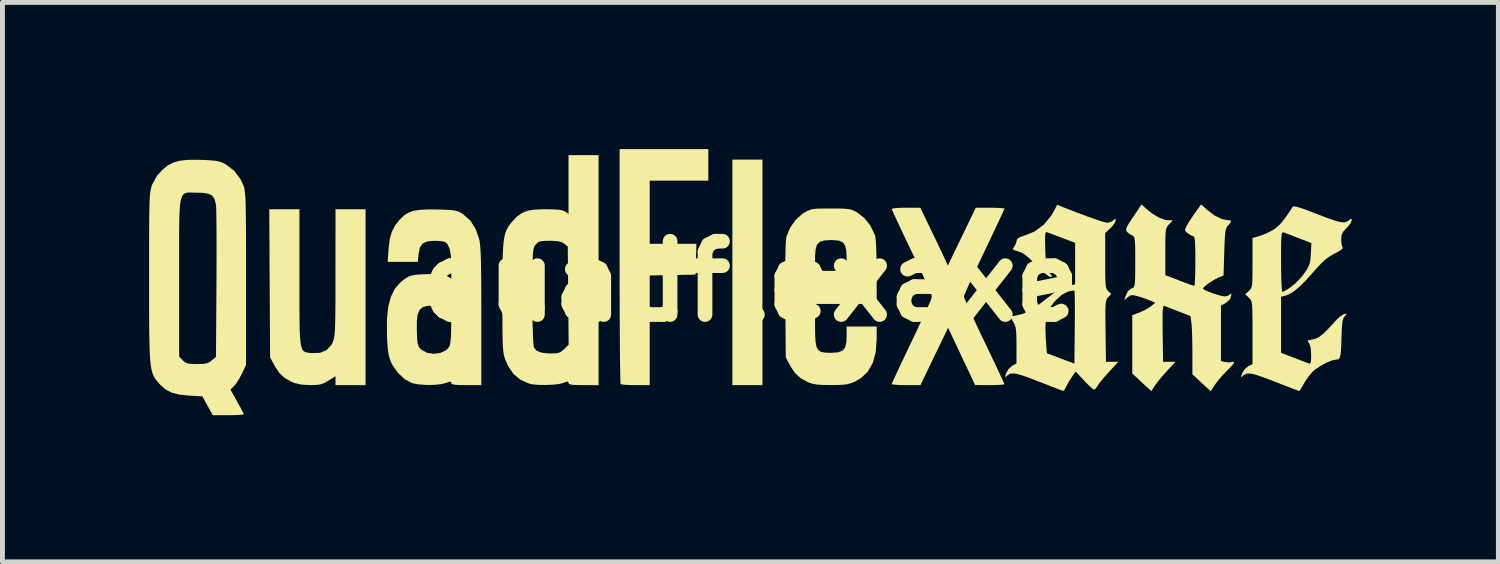
<source format=kicad_pcb>
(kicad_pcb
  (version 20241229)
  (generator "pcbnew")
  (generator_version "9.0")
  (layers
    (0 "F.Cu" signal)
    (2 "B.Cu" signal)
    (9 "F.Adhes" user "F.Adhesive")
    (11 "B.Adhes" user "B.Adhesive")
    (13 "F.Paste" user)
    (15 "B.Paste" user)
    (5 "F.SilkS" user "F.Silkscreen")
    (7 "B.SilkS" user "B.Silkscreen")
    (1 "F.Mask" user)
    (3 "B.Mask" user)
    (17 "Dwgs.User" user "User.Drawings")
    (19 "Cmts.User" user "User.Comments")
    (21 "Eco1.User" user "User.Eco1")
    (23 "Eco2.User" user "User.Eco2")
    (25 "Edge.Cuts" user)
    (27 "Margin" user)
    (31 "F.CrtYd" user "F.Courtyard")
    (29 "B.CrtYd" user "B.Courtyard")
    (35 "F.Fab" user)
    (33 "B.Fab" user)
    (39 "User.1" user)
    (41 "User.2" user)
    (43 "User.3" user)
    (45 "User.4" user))
  (footprint "quadflexaxe"
    (layer "F.Cu")
    (at 12.3 2.706)
    (property "Reference" "quadflexaxe" (at 0 0 0) (layer "F.SilkS") (effects (font (size 1.5 1.5) (thickness 0.3))))
    (attr board_only exclude_from_pos_files exclude_from_bom)
    (fp_poly (pts (xy 0.246 -0.185) (xy 0.246 2.122) (xy -0.062 2.122) (xy -0.369 2.122) (xy -0.369 -0.185) (xy -0.369 -2.491) (xy -0.062 -2.491) (xy 0.246 -2.491)) (stroke (width 0) (type solid)) (fill yes) (layer "F.SilkS"))
    (fp_poly (pts (xy -0.861 -2.383) (xy -0.861 -2.06) (xy -1.461 -2.06) (xy -2.06 -2.06) (xy -2.06 -1.415) (xy -2.06 -0.769) (xy -1.583 -0.769) (xy -1.105 -0.769) (xy -1.114 -0.454) (xy -1.122 -0.138) (xy -1.591 -0.13) (xy -2.06 -0.121) (xy -2.06 1) (xy -2.06 2.122) (xy -2.347 2.122) (xy -2.475 2.12) (xy -2.578 2.114) (xy -2.642 2.106) (xy -2.655 2.101) (xy -2.658 2.068) (xy -2.661 1.978) (xy -2.664 1.836) (xy -2.667 1.646) (xy -2.669 1.414) (xy -2.671 1.144) (xy -2.673 0.841) (xy -2.674 0.51) (xy -2.675 0.154) (xy -2.675 -0.22) (xy -2.675 -0.313) (xy -2.675 -2.706) (xy -1.768 -2.706) (xy -0.861 -2.706)) (stroke (width 0) (type solid)) (fill yes) (layer "F.SilkS"))
    (fp_poly (pts (xy -9.225 -0.08) (xy -9.225 0.264) (xy -9.225 0.553) (xy -9.223 0.79) (xy -9.22 0.981) (xy -9.213 1.131) (xy -9.203 1.245) (xy -9.189 1.328) (xy -9.169 1.386) (xy -9.142 1.423) (xy -9.109 1.445) (xy -9.068 1.456) (xy -9.019 1.463) (xy -8.977 1.467) (xy -8.808 1.462) (xy -8.674 1.408) (xy -8.575 1.304) (xy -8.548 1.254) (xy -8.534 1.219) (xy -8.522 1.18) (xy -8.512 1.13) (xy -8.504 1.065) (xy -8.498 0.977) (xy -8.494 0.861) (xy -8.491 0.711) (xy -8.489 0.521) (xy -8.488 0.285) (xy -8.488 -0.004) (xy -8.488 -0.177) (xy -8.487 -1.476) (xy -8.18 -1.476) (xy -7.872 -1.476) (xy -7.872 0.323) (xy -7.872 2.122) (xy -8.18 2.122) (xy -8.487 2.122) (xy -8.487 2.03) (xy -8.487 1.939) (xy -8.632 2.03) (xy -8.716 2.079) (xy -8.791 2.106) (xy -8.882 2.119) (xy -9.008 2.121) (xy -9.181 2.112) (xy -9.316 2.082) (xy -9.379 2.058) (xy -9.522 1.979) (xy -9.629 1.882) (xy -9.721 1.747) (xy -9.743 1.707) (xy -9.825 1.553) (xy -9.834 0.038) (xy -9.842 -1.476) (xy -9.534 -1.476) (xy -9.225 -1.476)) (stroke (width 0) (type solid)) (fill yes) (layer "F.SilkS"))
    (fp_poly (pts (xy 3.709 -1.022) (xy 3.789 -0.856) (xy 3.863 -0.701) (xy 3.926 -0.569) (xy 3.971 -0.472) (xy 3.99 -0.431) (xy 4.038 -0.323) (xy 4.324 -0.915) (xy 4.61 -1.507) (xy 4.903 -1.507) (xy 5.029 -1.505) (xy 5.128 -1.5) (xy 5.187 -1.493) (xy 5.197 -1.488) (xy 5.184 -1.456) (xy 5.148 -1.376) (xy 5.091 -1.254) (xy 5.017 -1.098) (xy 4.93 -0.913) (xy 4.832 -0.707) (xy 4.782 -0.602) (xy 4.679 -0.387) (xy 4.586 -0.189) (xy 4.505 -0.013) (xy 4.44 0.131) (xy 4.394 0.237) (xy 4.369 0.299) (xy 4.367 0.31) (xy 4.379 0.348) (xy 4.416 0.435) (xy 4.473 0.563) (xy 4.547 0.724) (xy 4.635 0.913) (xy 4.734 1.121) (xy 4.782 1.221) (xy 4.884 1.435) (xy 4.977 1.63) (xy 5.058 1.801) (xy 5.123 1.94) (xy 5.169 2.04) (xy 5.194 2.095) (xy 5.197 2.104) (xy 5.168 2.111) (xy 5.091 2.117) (xy 4.979 2.121) (xy 4.897 2.122) (xy 4.597 2.121) (xy 4.32 1.535) (xy 4.044 0.948) (xy 3.761 1.535) (xy 3.478 2.122) (xy 3.184 2.122) (xy 3.058 2.12) (xy 2.959 2.114) (xy 2.901 2.106) (xy 2.891 2.1) (xy 2.903 2.068) (xy 2.94 1.987) (xy 2.996 1.865) (xy 3.07 1.707) (xy 3.158 1.522) (xy 3.256 1.316) (xy 3.306 1.212) (xy 3.408 0.997) (xy 3.501 0.799) (xy 3.582 0.626) (xy 3.647 0.483) (xy 3.694 0.378) (xy 3.718 0.319) (xy 3.721 0.309) (xy 3.708 0.272) (xy 3.671 0.188) (xy 3.615 0.062) (xy 3.541 -0.098) (xy 3.453 -0.285) (xy 3.354 -0.492) (xy 3.306 -0.593) (xy 3.203 -0.807) (xy 3.11 -1.003) (xy 3.029 -1.175) (xy 2.964 -1.315) (xy 2.918 -1.417) (xy 2.893 -1.473) (xy 2.891 -1.482) (xy 2.919 -1.493) (xy 2.996 -1.501) (xy 3.107 -1.506) (xy 3.183 -1.507) (xy 3.476 -1.507)) (stroke (width 0) (type solid)) (fill yes) (layer "F.SilkS"))
    (fp_poly (pts (xy 1.81 -1.491) (xy 1.928 -1.487) (xy 2.012 -1.479) (xy 2.075 -1.463) (xy 2.133 -1.438) (xy 2.193 -1.404) (xy 2.335 -1.291) (xy 2.456 -1.137) (xy 2.54 -0.963) (xy 2.553 -0.924) (xy 2.562 -0.86) (xy 2.57 -0.746) (xy 2.576 -0.594) (xy 2.581 -0.413) (xy 2.583 -0.216) (xy 2.583 -0.177) (xy 2.583 0.461) (xy 1.953 0.461) (xy 1.322 0.461) (xy 1.322 0.888) (xy 1.324 1.089) (xy 1.332 1.236) (xy 1.352 1.339) (xy 1.387 1.404) (xy 1.443 1.441) (xy 1.524 1.457) (xy 1.634 1.461) (xy 1.645 1.461) (xy 1.787 1.452) (xy 1.882 1.418) (xy 1.937 1.352) (xy 1.963 1.242) (xy 1.968 1.119) (xy 1.968 0.923) (xy 2.276 0.923) (xy 2.583 0.923) (xy 2.583 1.18) (xy 2.564 1.446) (xy 2.504 1.666) (xy 2.404 1.843) (xy 2.261 1.978) (xy 2.139 2.049) (xy 2.059 2.082) (xy 1.98 2.103) (xy 1.885 2.115) (xy 1.757 2.12) (xy 1.645 2.121) (xy 1.479 2.118) (xy 1.358 2.11) (xy 1.266 2.093) (xy 1.187 2.066) (xy 1.169 2.058) (xy 1.026 1.979) (xy 0.918 1.882) (xy 0.826 1.747) (xy 0.804 1.707) (xy 0.723 1.553) (xy 0.714 0.377) (xy 0.712 0.051) (xy 0.712 -0.215) (xy 1.322 -0.215) (xy 1.645 -0.215) (xy 1.968 -0.215) (xy 1.968 -0.458) (xy 1.962 -0.619) (xy 1.939 -0.729) (xy 1.892 -0.797) (xy 1.812 -0.833) (xy 1.691 -0.845) (xy 1.645 -0.845) (xy 1.51 -0.838) (xy 1.419 -0.81) (xy 1.362 -0.753) (xy 1.333 -0.657) (xy 1.323 -0.513) (xy 1.322 -0.458) (xy 1.322 -0.215) (xy 0.712 -0.215) (xy 0.712 -0.235) (xy 0.715 -0.477) (xy 0.719 -0.671) (xy 0.725 -0.813) (xy 0.733 -0.898) (xy 0.736 -0.915) (xy 0.81 -1.094) (xy 0.924 -1.257) (xy 1.064 -1.383) (xy 1.097 -1.404) (xy 1.161 -1.44) (xy 1.218 -1.464) (xy 1.283 -1.48) (xy 1.368 -1.488) (xy 1.488 -1.491) (xy 1.645 -1.491)) (stroke (width 0) (type solid)) (fill yes) (layer "F.SilkS"))
    (fp_poly (pts (xy -3.106 -0.231) (xy -3.106 2.122) (xy -3.413 2.122) (xy -3.558 2.12) (xy -3.65 2.114) (xy -3.701 2.103) (xy -3.72 2.084) (xy -3.721 2.077) (xy -3.728 2.051) (xy -3.76 2.052) (xy -3.827 2.077) (xy -3.915 2.099) (xy -4.042 2.113) (xy -4.189 2.119) (xy -4.335 2.117) (xy -4.459 2.106) (xy -4.521 2.093) (xy -4.702 2.014) (xy -4.846 1.894) (xy -4.958 1.728) (xy -5.015 1.601) (xy -5.03 1.556) (xy -5.043 1.507) (xy -5.053 1.447) (xy -5.06 1.37) (xy -5.066 1.268) (xy -5.07 1.136) (xy -5.072 0.966) (xy -5.073 0.751) (xy -5.074 0.485) (xy -5.074 0.328) (xy -5.074 0.314) (xy -4.459 0.314) (xy -4.458 0.625) (xy -4.455 0.885) (xy -4.449 1.09) (xy -4.442 1.239) (xy -4.433 1.33) (xy -4.426 1.357) (xy -4.374 1.417) (xy -4.288 1.454) (xy -4.158 1.472) (xy -4.08 1.474) (xy -3.972 1.471) (xy -3.901 1.455) (xy -3.844 1.417) (xy -3.809 1.385) (xy -3.718 1.294) (xy -3.727 0.291) (xy -3.736 -0.713) (xy -3.809 -0.772) (xy -3.866 -0.805) (xy -3.944 -0.823) (xy -4.062 -0.83) (xy -4.106 -0.83) (xy -4.225 -0.828) (xy -4.3 -0.819) (xy -4.348 -0.798) (xy -4.386 -0.76) (xy -4.395 -0.749) (xy -4.413 -0.725) (xy -4.427 -0.696) (xy -4.438 -0.656) (xy -4.446 -0.599) (xy -4.451 -0.517) (xy -4.455 -0.403) (xy -4.457 -0.252) (xy -4.458 -0.055) (xy -4.459 0.193) (xy -4.459 0.314) (xy -5.074 0.314) (xy -5.073 0.007) (xy -5.072 -0.259) (xy -5.068 -0.476) (xy -5.061 -0.651) (xy -5.05 -0.791) (xy -5.034 -0.902) (xy -5.013 -0.989) (xy -4.985 -1.061) (xy -4.95 -1.123) (xy -4.907 -1.181) (xy -4.871 -1.225) (xy -4.773 -1.328) (xy -4.675 -1.399) (xy -4.562 -1.444) (xy -4.421 -1.468) (xy -4.236 -1.476) (xy -4.19 -1.476) (xy -4.024 -1.473) (xy -3.909 -1.465) (xy -3.832 -1.449) (xy -3.789 -1.428) (xy -3.721 -1.38) (xy -3.721 -1.982) (xy -3.721 -2.583) (xy -3.413 -2.583) (xy -3.106 -2.583)) (stroke (width 0) (type solid)) (fill yes) (layer "F.SilkS"))
    (fp_poly (pts (xy -6.406 -1.471) (xy -6.24 -1.466) (xy -6.122 -1.459) (xy -6.04 -1.448) (xy -5.978 -1.431) (xy -5.925 -1.405) (xy -5.879 -1.376) (xy -5.73 -1.245) (xy -5.62 -1.071) (xy -5.552 -0.878) (xy -5.54 -0.824) (xy -5.531 -0.757) (xy -5.523 -0.67) (xy -5.517 -0.558) (xy -5.512 -0.415) (xy -5.509 -0.236) (xy -5.506 -0.014) (xy -5.505 0.255) (xy -5.504 0.578) (xy -5.504 0.714) (xy -5.504 2.122) (xy -5.812 2.122) (xy -5.956 2.12) (xy -6.049 2.114) (xy -6.1 2.103) (xy -6.119 2.084) (xy -6.119 2.077) (xy -6.127 2.051) (xy -6.159 2.052) (xy -6.226 2.077) (xy -6.33 2.103) (xy -6.473 2.117) (xy -6.631 2.118) (xy -6.784 2.107) (xy -6.909 2.084) (xy -6.931 2.077) (xy -7.072 1.999) (xy -7.205 1.877) (xy -7.314 1.725) (xy -7.353 1.648) (xy -7.382 1.569) (xy -7.404 1.483) (xy -7.418 1.375) (xy -7.429 1.232) (xy -7.435 1.076) (xy -7.435 0.995) (xy -6.824 0.995) (xy -6.822 1.047) (xy -6.816 1.182) (xy -6.806 1.27) (xy -6.789 1.327) (xy -6.761 1.368) (xy -6.725 1.402) (xy -6.615 1.46) (xy -6.48 1.481) (xy -6.344 1.464) (xy -6.23 1.41) (xy -6.221 1.402) (xy -6.178 1.36) (xy -6.151 1.313) (xy -6.136 1.245) (xy -6.127 1.139) (xy -6.124 1.079) (xy -6.12 0.872) (xy -6.133 0.719) (xy -6.167 0.612) (xy -6.227 0.543) (xy -6.316 0.506) (xy -6.438 0.492) (xy -6.473 0.492) (xy -6.605 0.5) (xy -6.702 0.527) (xy -6.767 0.583) (xy -6.806 0.675) (xy -6.823 0.81) (xy -6.824 0.995) (xy -7.435 0.995) (xy -7.435 0.777) (xy -7.41 0.529) (xy -7.358 0.325) (xy -7.279 0.16) (xy -7.168 0.027) (xy -7.06 -0.058) (xy -6.999 -0.095) (xy -6.937 -0.119) (xy -6.859 -0.134) (xy -6.749 -0.143) (xy -6.609 -0.149) (xy -6.453 -0.152) (xy -6.344 -0.149) (xy -6.27 -0.138) (xy -6.217 -0.118) (xy -6.199 -0.107) (xy -6.119 -0.054) (xy -6.119 -0.336) (xy -6.128 -0.534) (xy -6.155 -0.677) (xy -6.201 -0.769) (xy -6.259 -0.811) (xy -6.317 -0.822) (xy -6.411 -0.829) (xy -6.472 -0.83) (xy -6.613 -0.817) (xy -6.707 -0.773) (xy -6.762 -0.689) (xy -6.788 -0.559) (xy -6.804 -0.4) (xy -7.112 -0.4) (xy -7.42 -0.4) (xy -7.403 -0.653) (xy -7.38 -0.854) (xy -7.336 -1.013) (xy -7.266 -1.148) (xy -7.178 -1.26) (xy -7.091 -1.344) (xy -6.999 -1.404) (xy -6.89 -1.444) (xy -6.753 -1.465) (xy -6.575 -1.473)) (stroke (width 0) (type solid)) (fill yes) (layer "F.SilkS"))
    (fp_poly (pts (xy -11.201 -2.485) (xy -11.045 -2.477) (xy -10.934 -2.466) (xy -10.852 -2.448) (xy -10.782 -2.421) (xy -10.722 -2.388) (xy -10.557 -2.26) (xy -10.431 -2.092) (xy -10.371 -1.966) (xy -10.36 -1.933) (xy -10.35 -1.893) (xy -10.342 -1.842) (xy -10.335 -1.775) (xy -10.329 -1.686) (xy -10.325 -1.57) (xy -10.322 -1.422) (xy -10.32 -1.238) (xy -10.318 -1.012) (xy -10.317 -0.74) (xy -10.317 -0.415) (xy -10.317 -0.062) (xy -10.317 1.707) (xy -10.399 1.883) (xy -10.457 1.991) (xy -10.519 2.088) (xy -10.559 2.136) (xy -10.636 2.213) (xy -10.5 2.456) (xy -10.439 2.566) (xy -10.393 2.654) (xy -10.366 2.708) (xy -10.363 2.718) (xy -10.392 2.726) (xy -10.469 2.732) (xy -10.582 2.736) (xy -10.68 2.737) (xy -10.998 2.737) (xy -11.104 2.545) (xy -11.21 2.352) (xy -11.486 2.336) (xy -11.684 2.315) (xy -11.837 2.276) (xy -11.96 2.213) (xy -12.068 2.119) (xy -12.102 2.081) (xy -12.142 2.033) (xy -12.177 1.987) (xy -12.206 1.938) (xy -12.23 1.881) (xy -12.249 1.812) (xy -12.265 1.724) (xy -12.277 1.613) (xy -12.286 1.474) (xy -12.292 1.302) (xy -12.296 1.092) (xy -12.299 0.839) (xy -12.3 0.537) (xy -12.3 0.183) (xy -12.3 -0.081) (xy -12.3 -0.452) (xy -12.3 -0.767) (xy -12.3 -0.818) (xy -11.686 -0.818) (xy -11.686 -0.513) (xy -11.685 -0.152) (xy -11.685 -0.075) (xy -11.685 1.54) (xy -11.61 1.616) (xy -11.561 1.657) (xy -11.504 1.68) (xy -11.421 1.689) (xy -11.319 1.691) (xy -11.197 1.688) (xy -11.116 1.675) (xy -11.057 1.647) (xy -11.018 1.617) (xy -10.932 1.543) (xy -10.922 0.057) (xy -10.921 -0.245) (xy -10.92 -0.531) (xy -10.92 -0.796) (xy -10.921 -1.033) (xy -10.923 -1.234) (xy -10.925 -1.394) (xy -10.928 -1.506) (xy -10.932 -1.563) (xy -10.958 -1.674) (xy -11.003 -1.748) (xy -11.079 -1.791) (xy -11.196 -1.811) (xy -11.316 -1.814) (xy -11.395 -1.816) (xy -11.462 -1.818) (xy -11.518 -1.815) (xy -11.564 -1.803) (xy -11.6 -1.778) (xy -11.629 -1.733) (xy -11.65 -1.666) (xy -11.666 -1.571) (xy -11.676 -1.443) (xy -11.682 -1.278) (xy -11.685 -1.071) (xy -11.686 -0.818) (xy -12.3 -0.818) (xy -12.299 -1.03) (xy -12.298 -1.248) (xy -12.296 -1.424) (xy -12.292 -1.566) (xy -12.288 -1.677) (xy -12.283 -1.763) (xy -12.276 -1.829) (xy -12.267 -1.881) (xy -12.257 -1.923) (xy -12.244 -1.961) (xy -12.238 -1.979) (xy -12.14 -2.159) (xy -12.027 -2.284) (xy -11.921 -2.37) (xy -11.807 -2.43) (xy -11.673 -2.468) (xy -11.508 -2.486) (xy -11.298 -2.488)) (stroke (width 0) (type solid)) (fill yes) (layer "F.SilkS"))
    (fp_poly (pts (xy 6.435 -1.503) (xy 6.685 -1.406) (xy 6.9 -1.326) (xy 7.076 -1.263) (xy 7.207 -1.221) (xy 7.289 -1.201) (xy 7.305 -1.199) (xy 7.383 -1.22) (xy 7.424 -1.248) (xy 7.461 -1.279) (xy 7.472 -1.264) (xy 7.472 -1.244) (xy 7.451 -1.193) (xy 7.398 -1.123) (xy 7.365 -1.09) (xy 7.257 -0.988) (xy 7.257 -0.422) (xy 7.258 -0.221) (xy 7.259 -0.073) (xy 7.264 0.032) (xy 7.271 0.103) (xy 7.283 0.149) (xy 7.299 0.179) (xy 7.319 0.2) (xy 7.381 0.256) (xy 7.318 0.323) (xy 7.297 0.349) (xy 7.282 0.38) (xy 7.271 0.426) (xy 7.264 0.495) (xy 7.261 0.596) (xy 7.261 0.737) (xy 7.263 0.928) (xy 7.264 1.017) (xy 7.273 1.645) (xy 7.399 1.645) (xy 7.525 1.645) (xy 7.327 1.86) (xy 7.236 1.962) (xy 7.159 2.055) (xy 7.108 2.124) (xy 7.096 2.145) (xy 7.059 2.198) (xy 7.03 2.214) (xy 6.996 2.193) (xy 6.932 2.137) (xy 6.851 2.056) (xy 6.825 2.028) (xy 6.653 1.842) (xy 6.573 1.959) (xy 6.514 2.051) (xy 6.465 2.139) (xy 6.455 2.16) (xy 6.423 2.219) (xy 6.399 2.242) (xy 6.399 2.242) (xy 6.366 2.23) (xy 6.285 2.199) (xy 6.167 2.154) (xy 6.023 2.097) (xy 5.92 2.057) (xy 5.722 1.981) (xy 5.572 1.927) (xy 5.461 1.895) (xy 5.38 1.882) (xy 5.321 1.887) (xy 5.276 1.909) (xy 5.253 1.927) (xy 5.217 1.957) (xy 5.21 1.947) (xy 5.228 1.889) (xy 5.232 1.877) (xy 5.282 1.791) (xy 5.355 1.726) (xy 5.355 1.726) (xy 5.442 1.676) (xy 5.443 1.307) (xy 5.441 1.143) (xy 5.436 1.026) (xy 5.425 0.947) (xy 6.034 0.947) (xy 6.042 1.163) (xy 6.042 1.166) (xy 6.064 1.47) (xy 6.345 1.576) (xy 6.627 1.682) (xy 6.635 0.944) (xy 6.637 0.737) (xy 6.637 0.552) (xy 6.636 0.396) (xy 6.634 0.278) (xy 6.63 0.207) (xy 6.628 0.19) (xy 6.591 0.189) (xy 6.519 0.203) (xy 6.491 0.211) (xy 6.369 0.275) (xy 6.239 0.393) (xy 6.232 0.4) (xy 6.141 0.517) (xy 6.08 0.638) (xy 6.045 0.777) (xy 6.034 0.947) (xy 5.425 0.947) (xy 5.425 0.945) (xy 5.406 0.884) (xy 5.381 0.837) (xy 5.342 0.77) (xy 5.321 0.729) (xy 5.32 0.726) (xy 5.347 0.715) (xy 5.415 0.7) (xy 5.446 0.695) (xy 5.555 0.669) (xy 5.665 0.624) (xy 5.789 0.552) (xy 5.936 0.447) (xy 6.046 0.362) (xy 6.19 0.252) (xy 6.305 0.176) (xy 6.406 0.125) (xy 6.507 0.091) (xy 6.558 0.079) (xy 6.642 0.06) (xy 6.642 -0.364) (xy 6.642 -0.789) (xy 6.373 -0.891) (xy 6.25 -0.937) (xy 6.147 -0.976) (xy 6.078 -1.002) (xy 6.062 -1.008) (xy 6.044 -1.006) (xy 6.033 -0.975) (xy 6.028 -0.909) (xy 6.028 -0.799) (xy 6.032 -0.636) (xy 6.039 -0.473) (xy 6.046 -0.359) (xy 6.057 -0.283) (xy 6.074 -0.231) (xy 6.099 -0.192) (xy 6.118 -0.17) (xy 6.164 -0.118) (xy 6.168 -0.097) (xy 6.134 -0.092) (xy 6.09 -0.114) (xy 6.015 -0.171) (xy 5.922 -0.257) (xy 5.844 -0.335) (xy 5.725 -0.454) (xy 5.633 -0.534) (xy 5.555 -0.584) (xy 5.48 -0.613) (xy 5.478 -0.614) (xy 5.398 -0.638) (xy 5.368 -0.658) (xy 5.378 -0.686) (xy 5.394 -0.704) (xy 5.433 -0.775) (xy 5.443 -0.824) (xy 5.457 -0.871) (xy 5.51 -0.904) (xy 5.573 -0.925) (xy 5.805 -1.016) (xy 5.999 -1.157) (xy 6.155 -1.346) (xy 6.211 -1.443) (xy 6.274 -1.567)) (stroke (width 0) (type solid)) (fill yes) (layer "F.SilkS"))
    (fp_poly (pts (xy 8.082 -1.498) (xy 8.219 -1.388) (xy 8.357 -1.305) (xy 8.481 -1.259) (xy 8.532 -1.252) (xy 8.641 -1.249) (xy 8.564 -1.168) (xy 8.535 -1.136) (xy 8.514 -1.102) (xy 8.501 -1.056) (xy 8.493 -0.987) (xy 8.489 -0.885) (xy 8.487 -0.739) (xy 8.487 -0.608) (xy 8.487 -0.128) (xy 8.772 -0.018) (xy 8.895 0.029) (xy 8.996 0.066) (xy 9.062 0.088) (xy 9.079 0.092) (xy 9.087 0.063) (xy 9.093 -0.017) (xy 9.098 -0.139) (xy 9.101 -0.292) (xy 9.102 -0.415) (xy 9.101 -0.614) (xy 9.097 -0.757) (xy 9.09 -0.852) (xy 9.08 -0.905) (xy 9.065 -0.923) (xy 9.064 -0.923) (xy 9.014 -0.941) (xy 8.948 -0.983) (xy 8.9 -1.025) (xy 8.889 -1.06) (xy 8.912 -1.116) (xy 8.927 -1.144) (xy 8.975 -1.224) (xy 9.044 -1.328) (xy 9.101 -1.41) (xy 9.219 -1.574) (xy 9.337 -1.468) (xy 9.495 -1.347) (xy 9.644 -1.275) (xy 9.751 -1.254) (xy 9.818 -1.247) (xy 9.834 -1.226) (xy 9.802 -1.179) (xy 9.774 -1.148) (xy 9.748 -1.116) (xy 9.729 -1.076) (xy 9.716 -1.019) (xy 9.707 -0.933) (xy 9.7 -0.808) (xy 9.694 -0.633) (xy 9.693 -0.599) (xy 9.678 -0.12) (xy 9.569 -0.075) (xy 9.482 -0.031) (xy 9.392 0.026) (xy 9.314 0.083) (xy 9.265 0.131) (xy 9.256 0.15) (xy 9.283 0.171) (xy 9.352 0.203) (xy 9.445 0.239) (xy 9.546 0.272) (xy 9.637 0.297) (xy 9.701 0.308) (xy 9.703 0.308) (xy 9.774 0.29) (xy 9.803 0.271) (xy 9.834 0.251) (xy 9.84 0.268) (xy 9.811 0.366) (xy 9.725 0.441) (xy 9.713 0.448) (xy 9.625 0.494) (xy 9.625 1.061) (xy 9.625 1.629) (xy 9.702 1.648) (xy 9.787 1.657) (xy 9.841 1.651) (xy 9.887 1.645) (xy 9.895 1.664) (xy 9.861 1.711) (xy 9.784 1.792) (xy 9.744 1.831) (xy 9.648 1.931) (xy 9.558 2.038) (xy 9.501 2.115) (xy 9.416 2.247) (xy 9.228 2.074) (xy 9.041 1.9) (xy 9.041 1.446) (xy 9.039 1.272) (xy 9.036 1.107) (xy 9.03 0.968) (xy 9.023 0.87) (xy 9.021 0.851) (xy 9.002 0.709) (xy 8.752 0.612) (xy 8.634 0.566) (xy 8.536 0.529) (xy 8.474 0.504) (xy 8.463 0.5) (xy 8.449 0.507) (xy 8.44 0.543) (xy 8.433 0.616) (xy 8.431 0.731) (xy 8.431 0.897) (xy 8.433 1.065) (xy 8.441 1.645) (xy 8.567 1.645) (xy 8.694 1.645) (xy 8.509 1.845) (xy 8.417 1.949) (xy 8.334 2.05) (xy 8.275 2.128) (xy 8.264 2.145) (xy 8.225 2.209) (xy 8.202 2.242) (xy 8.2 2.243) (xy 8.177 2.223) (xy 8.12 2.171) (xy 8.039 2.096) (xy 8.003 2.063) (xy 7.811 1.884) (xy 7.811 1.287) (xy 7.811 0.691) (xy 7.957 0.637) (xy 8.064 0.589) (xy 8.163 0.531) (xy 8.192 0.51) (xy 8.282 0.436) (xy 8.162 0.385) (xy 8.048 0.342) (xy 7.927 0.304) (xy 7.912 0.3) (xy 7.825 0.281) (xy 7.77 0.287) (xy 7.72 0.321) (xy 7.716 0.325) (xy 7.649 0.384) (xy 7.672 0.308) (xy 7.718 0.205) (xy 7.787 0.148) (xy 7.813 0.137) (xy 7.835 0.127) (xy 7.85 0.105) (xy 7.861 0.062) (xy 7.867 -0.01) (xy 7.871 -0.121) (xy 7.872 -0.278) (xy 7.872 -0.4) (xy 7.872 -0.59) (xy 7.87 -0.728) (xy 7.865 -0.822) (xy 7.857 -0.882) (xy 7.845 -0.915) (xy 7.827 -0.932) (xy 7.815 -0.937) (xy 7.748 -0.974) (xy 7.708 -1.009) (xy 7.688 -1.038) (xy 7.685 -1.071) (xy 7.704 -1.12) (xy 7.748 -1.196) (xy 7.823 -1.31) (xy 7.83 -1.319) (xy 8.001 -1.575)) (stroke (width 0) (type solid)) (fill yes) (layer "F.SilkS"))
    (fp_poly (pts (xy 11.193 -1.522) (xy 11.281 -1.494) (xy 11.41 -1.447) (xy 11.578 -1.382) (xy 11.776 -1.306) (xy 11.926 -1.253) (xy 12.036 -1.22) (xy 12.117 -1.207) (xy 12.175 -1.211) (xy 12.219 -1.231) (xy 12.244 -1.25) (xy 12.286 -1.284) (xy 12.299 -1.273) (xy 12.3 -1.246) (xy 12.279 -1.193) (xy 12.225 -1.123) (xy 12.193 -1.09) (xy 12.124 -1.015) (xy 12.092 -0.945) (xy 12.085 -0.85) (xy 12.085 -0.85) (xy 12.092 -0.761) (xy 12.109 -0.701) (xy 12.119 -0.69) (xy 12.111 -0.667) (xy 12.057 -0.628) (xy 11.969 -0.578) (xy 11.957 -0.573) (xy 11.861 -0.52) (xy 11.774 -0.457) (xy 11.682 -0.374) (xy 11.573 -0.258) (xy 11.501 -0.176) (xy 11.34 0.002) (xy 11.205 0.133) (xy 11.09 0.223) (xy 10.987 0.277) (xy 10.936 0.294) (xy 10.855 0.314) (xy 10.855 0.888) (xy 10.855 1.462) (xy 11.109 1.559) (xy 11.23 1.605) (xy 11.333 1.645) (xy 11.403 1.671) (xy 11.416 1.677) (xy 11.446 1.682) (xy 11.462 1.659) (xy 11.469 1.598) (xy 11.47 1.505) (xy 11.461 1.362) (xy 11.434 1.274) (xy 11.423 1.26) (xy 11.398 1.226) (xy 11.412 1.206) (xy 11.475 1.192) (xy 11.499 1.188) (xy 11.567 1.17) (xy 11.636 1.134) (xy 11.714 1.073) (xy 11.81 0.98) (xy 11.933 0.847) (xy 11.966 0.81) (xy 12.041 0.736) (xy 12.113 0.683) (xy 12.145 0.668) (xy 12.192 0.658) (xy 12.191 0.673) (xy 12.157 0.713) (xy 12.131 0.752) (xy 12.113 0.809) (xy 12.102 0.897) (xy 12.095 1.027) (xy 12.092 1.118) (xy 12.086 1.3) (xy 12.079 1.43) (xy 12.068 1.516) (xy 12.051 1.567) (xy 12.026 1.592) (xy 11.992 1.599) (xy 11.984 1.599) (xy 11.892 1.618) (xy 11.774 1.667) (xy 11.649 1.735) (xy 11.54 1.812) (xy 11.498 1.85) (xy 11.418 1.944) (xy 11.341 2.056) (xy 11.316 2.1) (xy 11.271 2.18) (xy 11.236 2.232) (xy 11.224 2.243) (xy 11.192 2.231) (xy 11.112 2.201) (xy 10.995 2.156) (xy 10.851 2.1) (xy 10.747 2.059) (xy 10.549 1.983) (xy 10.399 1.929) (xy 10.289 1.897) (xy 10.208 1.883) (xy 10.15 1.887) (xy 10.106 1.907) (xy 10.081 1.927) (xy 10.044 1.957) (xy 10.037 1.947) (xy 10.056 1.888) (xy 10.059 1.88) (xy 10.113 1.792) (xy 10.182 1.736) (xy 10.271 1.69) (xy 10.271 1.048) (xy 10.271 0.834) (xy 10.269 0.673) (xy 10.266 0.556) (xy 10.261 0.474) (xy 10.251 0.42) (xy 10.238 0.383) (xy 10.218 0.357) (xy 10.197 0.335) (xy 10.122 0.263) (xy 10.197 0.195) (xy 10.224 0.167) (xy 10.244 0.137) (xy 10.257 0.093) (xy 10.265 0.027) (xy 10.269 -0.072) (xy 10.27 -0.214) (xy 10.271 -0.381) (xy 10.271 -0.403) (xy 10.855 -0.403) (xy 10.856 -0.216) (xy 10.86 -0.051) (xy 10.865 0.082) (xy 10.872 0.173) (xy 10.88 0.214) (xy 10.882 0.215) (xy 10.921 0.199) (xy 10.992 0.158) (xy 11.057 0.115) (xy 11.154 0.035) (xy 11.257 -0.073) (xy 11.329 -0.163) (xy 11.396 -0.265) (xy 11.435 -0.348) (xy 11.455 -0.438) (xy 11.464 -0.563) (xy 11.475 -0.784) (xy 11.219 -0.883) (xy 11.097 -0.93) (xy 10.993 -0.97) (xy 10.923 -0.996) (xy 10.909 -1.002) (xy 10.891 -1.005) (xy 10.877 -0.993) (xy 10.867 -0.96) (xy 10.861 -0.897) (xy 10.857 -0.797) (xy 10.855 -0.652) (xy 10.855 -0.455) (xy 10.855 -0.403) (xy 10.271 -0.403) (xy 10.271 -0.887) (xy 10.438 -0.936) (xy 10.563 -0.985) (xy 10.689 -1.052) (xy 10.738 -1.085) (xy 10.805 -1.141) (xy 10.867 -1.205) (xy 10.934 -1.29) (xy 11.015 -1.407) (xy 11.086 -1.515) (xy 11.104 -1.531) (xy 11.137 -1.534)) (stroke (width 0) (type solid)) (fill yes) (layer "F.SilkS")))
  (gr_rect
    (start -3 -3)
    (end 27.6 8.443)
    (stroke (width 0.1) (type default))
    (fill no)
    (layer "Edge.Cuts")))
</source>
